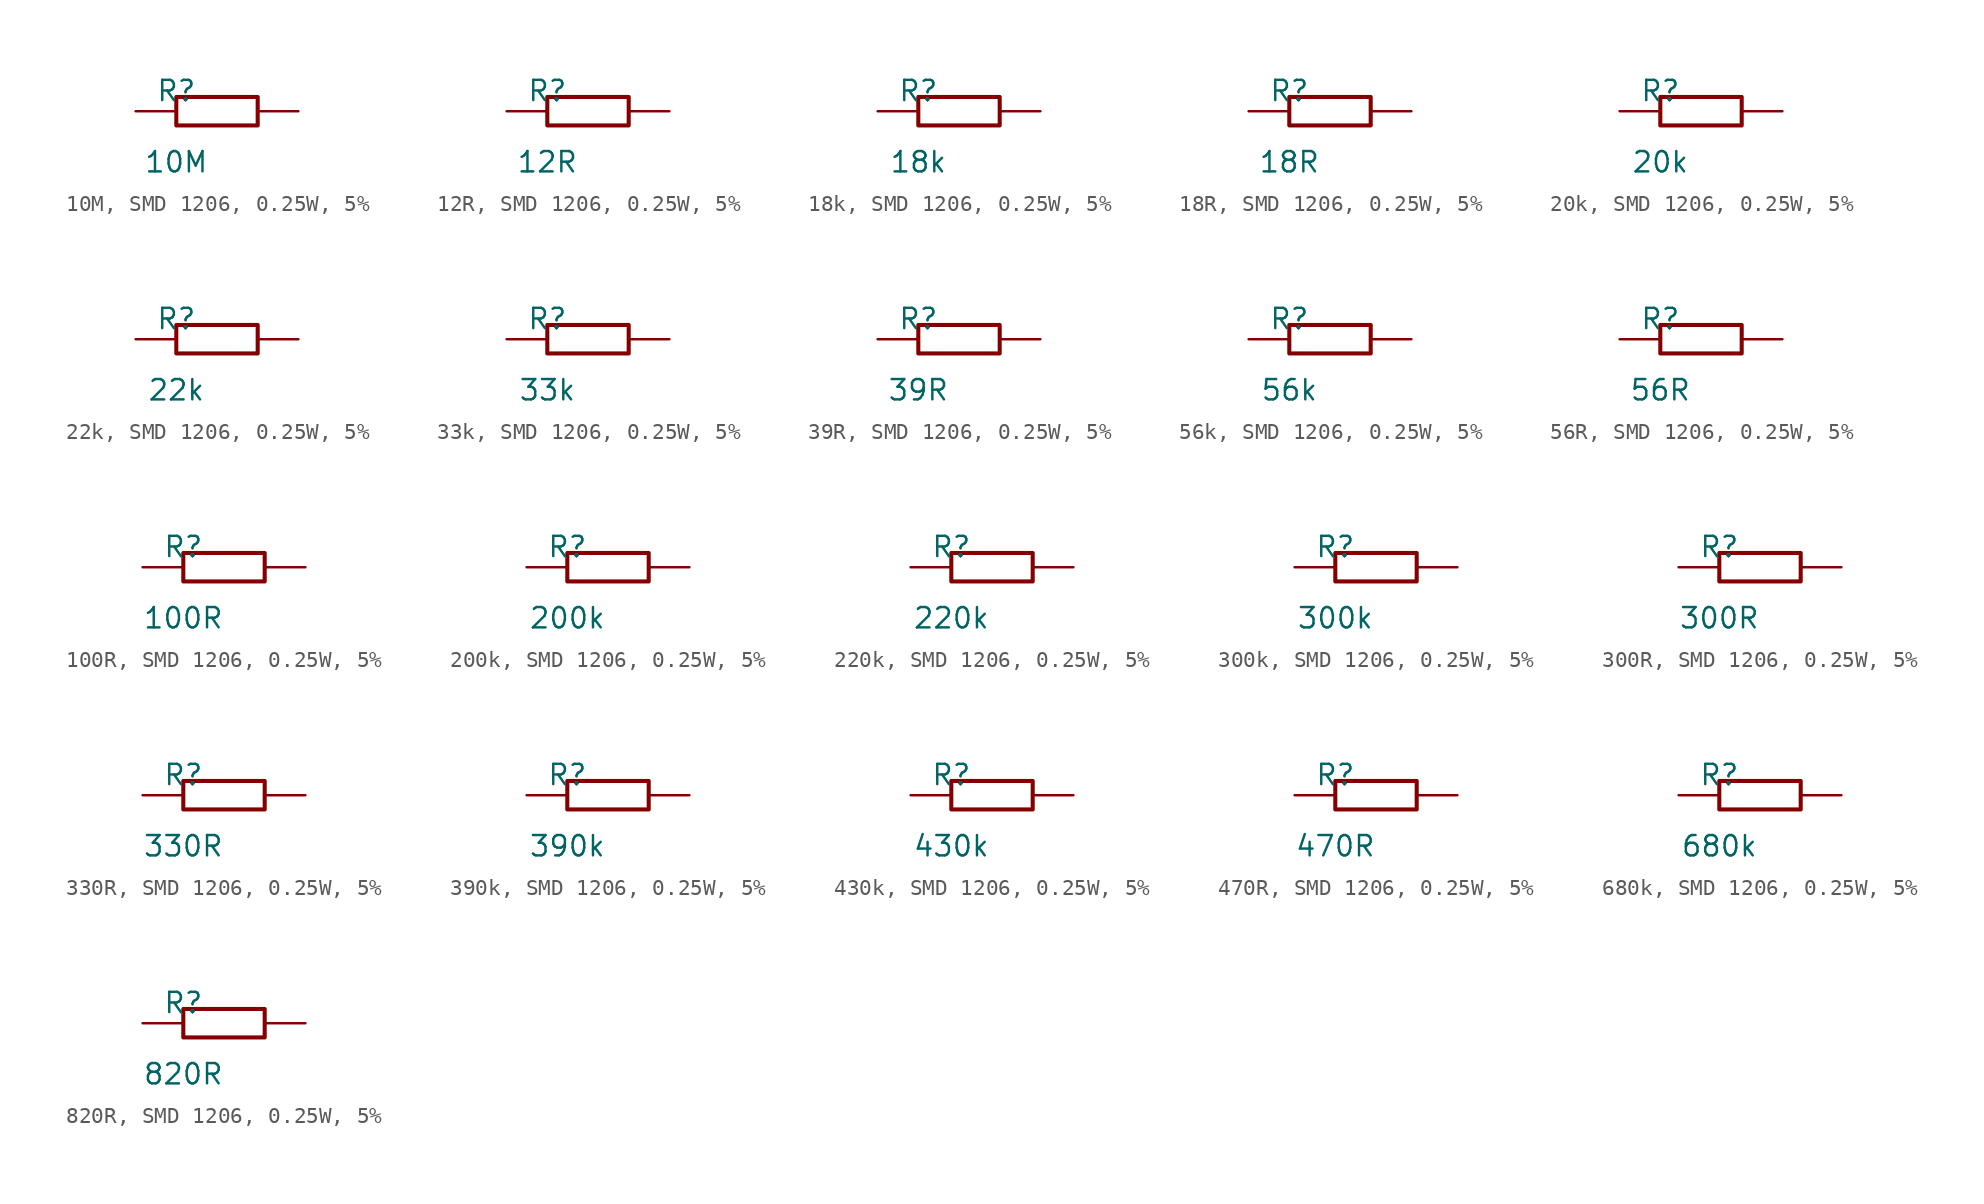
<source format=kicad_sym>
(kicad_symbol_lib
  (version 20220914)
  (generator kicad_symbol_editor)
  (symbol "10M, SMD 1206, 0.25W, 5%"
    (pin_numbers hide)
    (pin_names
      (offset 0) hide)
    (property "Reference" "R"
      (at -2.54 1.27 0)
      (effects (font (size 1.27 1.27))))
    (property "Value" "10M"
      (at -2.54 -3.175 0)
      (effects (font (size 1.27 1.27))))
    (symbol "10M, SMD 1206, 0.25W, 5%_0_1"
      (rectangle (start -2.54 0.889) (end 2.54 -0.889) (stroke (width 0.254) (type default)) (fill (type none))))
    (symbol "10M, SMD 1206, 0.25W, 5%_1_1"
      (pin passive line (at -5.08 0 0) (length 2.54) (name "1" (effects (font (size 1.27 1.27)))) (number "1" (effects (font (size 1.27 1.27)))))
      (pin passive line (at 5.08 0 180) (length 2.54) (name "2" (effects (font (size 1.27 1.27)))) (number "2" (effects (font (size 1.27 1.27)))))))
  (symbol "12R, SMD 1206, 0.25W, 5%"
    (pin_numbers hide)
    (pin_names
      (offset 0) hide)
    (property "Reference" "R"
      (at -2.54 1.27 0)
      (effects (font (size 1.27 1.27))))
    (property "Value" "12R"
      (at -2.54 -3.175 0)
      (effects (font (size 1.27 1.27))))
    (symbol "12R, SMD 1206, 0.25W, 5%_0_1"
      (rectangle (start -2.54 0.889) (end 2.54 -0.889) (stroke (width 0.254) (type default)) (fill (type none))))
    (symbol "12R, SMD 1206, 0.25W, 5%_1_1"
      (pin passive line (at -5.08 0 0) (length 2.54) (name "1" (effects (font (size 1.27 1.27)))) (number "1" (effects (font (size 1.27 1.27)))))
      (pin passive line (at 5.08 0 180) (length 2.54) (name "2" (effects (font (size 1.27 1.27)))) (number "2" (effects (font (size 1.27 1.27)))))))
  (symbol "18k, SMD 1206, 0.25W, 5%"
    (pin_numbers hide)
    (pin_names
      (offset 0) hide)
    (property "Reference" "R"
      (at -2.54 1.27 0)
      (effects (font (size 1.27 1.27))))
    (property "Value" "18k"
      (at -2.54 -3.175 0)
      (effects (font (size 1.27 1.27))))
    (symbol "18k, SMD 1206, 0.25W, 5%_0_1"
      (rectangle (start -2.54 0.889) (end 2.54 -0.889) (stroke (width 0.254) (type default)) (fill (type none))))
    (symbol "18k, SMD 1206, 0.25W, 5%_1_1"
      (pin passive line (at -5.08 0 0) (length 2.54) (name "1" (effects (font (size 1.27 1.27)))) (number "1" (effects (font (size 1.27 1.27)))))
      (pin passive line (at 5.08 0 180) (length 2.54) (name "2" (effects (font (size 1.27 1.27)))) (number "2" (effects (font (size 1.27 1.27)))))))
  (symbol "18R, SMD 1206, 0.25W, 5%"
    (pin_numbers hide)
    (pin_names
      (offset 0) hide)
    (property "Reference" "R"
      (at -2.54 1.27 0)
      (effects (font (size 1.27 1.27))))
    (property "Value" "18R"
      (at -2.54 -3.175 0)
      (effects (font (size 1.27 1.27))))
    (symbol "18R, SMD 1206, 0.25W, 5%_0_1"
      (rectangle (start -2.54 0.889) (end 2.54 -0.889) (stroke (width 0.254) (type default)) (fill (type none))))
    (symbol "18R, SMD 1206, 0.25W, 5%_1_1"
      (pin passive line (at -5.08 0 0) (length 2.54) (name "1" (effects (font (size 1.27 1.27)))) (number "1" (effects (font (size 1.27 1.27)))))
      (pin passive line (at 5.08 0 180) (length 2.54) (name "2" (effects (font (size 1.27 1.27)))) (number "2" (effects (font (size 1.27 1.27)))))))
  (symbol "20k, SMD 1206, 0.25W, 5%"
    (pin_numbers hide)
    (pin_names
      (offset 0) hide)
    (property "Reference" "R"
      (at -2.54 1.27 0)
      (effects (font (size 1.27 1.27))))
    (property "Value" "20k"
      (at -2.54 -3.175 0)
      (effects (font (size 1.27 1.27))))
    (symbol "20k, SMD 1206, 0.25W, 5%_0_1"
      (rectangle (start -2.54 0.889) (end 2.54 -0.889) (stroke (width 0.254) (type default)) (fill (type none))))
    (symbol "20k, SMD 1206, 0.25W, 5%_1_1"
      (pin passive line (at -5.08 0 0) (length 2.54) (name "1" (effects (font (size 1.27 1.27)))) (number "1" (effects (font (size 1.27 1.27)))))
      (pin passive line (at 5.08 0 180) (length 2.54) (name "2" (effects (font (size 1.27 1.27)))) (number "2" (effects (font (size 1.27 1.27)))))))
  (symbol "22k, SMD 1206, 0.25W, 5%"
    (pin_numbers hide)
    (pin_names
      (offset 0) hide)
    (property "Reference" "R"
      (at -2.54 1.27 0)
      (effects (font (size 1.27 1.27))))
    (property "Value" "22k"
      (at -2.54 -3.175 0)
      (effects (font (size 1.27 1.27))))
    (symbol "22k, SMD 1206, 0.25W, 5%_0_1"
      (rectangle (start -2.54 0.889) (end 2.54 -0.889) (stroke (width 0.254) (type default)) (fill (type none))))
    (symbol "22k, SMD 1206, 0.25W, 5%_1_1"
      (pin passive line (at -5.08 0 0) (length 2.54) (name "1" (effects (font (size 1.27 1.27)))) (number "1" (effects (font (size 1.27 1.27)))))
      (pin passive line (at 5.08 0 180) (length 2.54) (name "2" (effects (font (size 1.27 1.27)))) (number "2" (effects (font (size 1.27 1.27)))))))
  (symbol "33k, SMD 1206, 0.25W, 5%"
    (pin_numbers hide)
    (pin_names
      (offset 0) hide)
    (property "Reference" "R"
      (at -2.54 1.27 0)
      (effects (font (size 1.27 1.27))))
    (property "Value" "33k"
      (at -2.54 -3.175 0)
      (effects (font (size 1.27 1.27))))
    (symbol "33k, SMD 1206, 0.25W, 5%_0_1"
      (rectangle (start -2.54 0.889) (end 2.54 -0.889) (stroke (width 0.254) (type default)) (fill (type none))))
    (symbol "33k, SMD 1206, 0.25W, 5%_1_1"
      (pin passive line (at -5.08 0 0) (length 2.54) (name "1" (effects (font (size 1.27 1.27)))) (number "1" (effects (font (size 1.27 1.27)))))
      (pin passive line (at 5.08 0 180) (length 2.54) (name "2" (effects (font (size 1.27 1.27)))) (number "2" (effects (font (size 1.27 1.27)))))))
  (symbol "39R, SMD 1206, 0.25W, 5%"
    (pin_numbers hide)
    (pin_names
      (offset 0) hide)
    (property "Reference" "R"
      (at -2.54 1.27 0)
      (effects (font (size 1.27 1.27))))
    (property "Value" "39R"
      (at -2.54 -3.175 0)
      (effects (font (size 1.27 1.27))))
    (symbol "39R, SMD 1206, 0.25W, 5%_0_1"
      (rectangle (start -2.54 0.889) (end 2.54 -0.889) (stroke (width 0.254) (type default)) (fill (type none))))
    (symbol "39R, SMD 1206, 0.25W, 5%_1_1"
      (pin passive line (at -5.08 0 0) (length 2.54) (name "1" (effects (font (size 1.27 1.27)))) (number "1" (effects (font (size 1.27 1.27)))))
      (pin passive line (at 5.08 0 180) (length 2.54) (name "2" (effects (font (size 1.27 1.27)))) (number "2" (effects (font (size 1.27 1.27)))))))
  (symbol "56k, SMD 1206, 0.25W, 5%"
    (pin_numbers hide)
    (pin_names
      (offset 0) hide)
    (property "Reference" "R"
      (at -2.54 1.27 0)
      (effects (font (size 1.27 1.27))))
    (property "Value" "56k"
      (at -2.54 -3.175 0)
      (effects (font (size 1.27 1.27))))
    (symbol "56k, SMD 1206, 0.25W, 5%_0_1"
      (rectangle (start -2.54 0.889) (end 2.54 -0.889) (stroke (width 0.254) (type default)) (fill (type none))))
    (symbol "56k, SMD 1206, 0.25W, 5%_1_1"
      (pin passive line (at -5.08 0 0) (length 2.54) (name "1" (effects (font (size 1.27 1.27)))) (number "1" (effects (font (size 1.27 1.27)))))
      (pin passive line (at 5.08 0 180) (length 2.54) (name "2" (effects (font (size 1.27 1.27)))) (number "2" (effects (font (size 1.27 1.27)))))))
  (symbol "56R, SMD 1206, 0.25W, 5%"
    (pin_numbers hide)
    (pin_names
      (offset 0) hide)
    (property "Reference" "R"
      (at -2.54 1.27 0)
      (effects (font (size 1.27 1.27))))
    (property "Value" "56R"
      (at -2.54 -3.175 0)
      (effects (font (size 1.27 1.27))))
    (symbol "56R, SMD 1206, 0.25W, 5%_0_1"
      (rectangle (start -2.54 0.889) (end 2.54 -0.889) (stroke (width 0.254) (type default)) (fill (type none))))
    (symbol "56R, SMD 1206, 0.25W, 5%_1_1"
      (pin passive line (at -5.08 0 0) (length 2.54) (name "1" (effects (font (size 1.27 1.27)))) (number "1" (effects (font (size 1.27 1.27)))))
      (pin passive line (at 5.08 0 180) (length 2.54) (name "2" (effects (font (size 1.27 1.27)))) (number "2" (effects (font (size 1.27 1.27)))))))
  (symbol "100R, SMD 1206, 0.25W, 5%"
    (pin_numbers hide)
    (pin_names
      (offset 0) hide)
    (property "Reference" "R"
      (at -2.54 1.27 0)
      (effects (font (size 1.27 1.27))))
    (property "Value" "100R"
      (at -2.54 -3.175 0)
      (effects (font (size 1.27 1.27))))
    (symbol "100R, SMD 1206, 0.25W, 5%_0_1"
      (rectangle (start -2.54 0.889) (end 2.54 -0.889) (stroke (width 0.254) (type default)) (fill (type none))))
    (symbol "100R, SMD 1206, 0.25W, 5%_1_1"
      (pin passive line (at -5.08 0 0) (length 2.54) (name "1" (effects (font (size 1.27 1.27)))) (number "1" (effects (font (size 1.27 1.27)))))
      (pin passive line (at 5.08 0 180) (length 2.54) (name "2" (effects (font (size 1.27 1.27)))) (number "2" (effects (font (size 1.27 1.27)))))))
  (symbol "200k, SMD 1206, 0.25W, 5%"
    (pin_numbers hide)
    (pin_names
      (offset 0) hide)
    (property "Reference" "R"
      (at -2.54 1.27 0)
      (effects (font (size 1.27 1.27))))
    (property "Value" "200k"
      (at -2.54 -3.175 0)
      (effects (font (size 1.27 1.27))))
    (symbol "200k, SMD 1206, 0.25W, 5%_0_1"
      (rectangle (start -2.54 0.889) (end 2.54 -0.889) (stroke (width 0.254) (type default)) (fill (type none))))
    (symbol "200k, SMD 1206, 0.25W, 5%_1_1"
      (pin passive line (at -5.08 0 0) (length 2.54) (name "1" (effects (font (size 1.27 1.27)))) (number "1" (effects (font (size 1.27 1.27)))))
      (pin passive line (at 5.08 0 180) (length 2.54) (name "2" (effects (font (size 1.27 1.27)))) (number "2" (effects (font (size 1.27 1.27)))))))
  (symbol "220k, SMD 1206, 0.25W, 5%"
    (pin_numbers hide)
    (pin_names
      (offset 0) hide)
    (property "Reference" "R"
      (at -2.54 1.27 0)
      (effects (font (size 1.27 1.27))))
    (property "Value" "220k"
      (at -2.54 -3.175 0)
      (effects (font (size 1.27 1.27))))
    (symbol "220k, SMD 1206, 0.25W, 5%_0_1"
      (rectangle (start -2.54 0.889) (end 2.54 -0.889) (stroke (width 0.254) (type default)) (fill (type none))))
    (symbol "220k, SMD 1206, 0.25W, 5%_1_1"
      (pin passive line (at -5.08 0 0) (length 2.54) (name "1" (effects (font (size 1.27 1.27)))) (number "1" (effects (font (size 1.27 1.27)))))
      (pin passive line (at 5.08 0 180) (length 2.54) (name "2" (effects (font (size 1.27 1.27)))) (number "2" (effects (font (size 1.27 1.27)))))))
  (symbol "300k, SMD 1206, 0.25W, 5%"
    (pin_numbers hide)
    (pin_names
      (offset 0) hide)
    (property "Reference" "R"
      (at -2.54 1.27 0)
      (effects (font (size 1.27 1.27))))
    (property "Value" "300k"
      (at -2.54 -3.175 0)
      (effects (font (size 1.27 1.27))))
    (symbol "300k, SMD 1206, 0.25W, 5%_0_1"
      (rectangle (start -2.54 0.889) (end 2.54 -0.889) (stroke (width 0.254) (type default)) (fill (type none))))
    (symbol "300k, SMD 1206, 0.25W, 5%_1_1"
      (pin passive line (at -5.08 0 0) (length 2.54) (name "1" (effects (font (size 1.27 1.27)))) (number "1" (effects (font (size 1.27 1.27)))))
      (pin passive line (at 5.08 0 180) (length 2.54) (name "2" (effects (font (size 1.27 1.27)))) (number "2" (effects (font (size 1.27 1.27)))))))
  (symbol "300R, SMD 1206, 0.25W, 5%"
    (pin_numbers hide)
    (pin_names
      (offset 0) hide)
    (property "Reference" "R"
      (at -2.54 1.27 0)
      (effects (font (size 1.27 1.27))))
    (property "Value" "300R"
      (at -2.54 -3.175 0)
      (effects (font (size 1.27 1.27))))
    (symbol "300R, SMD 1206, 0.25W, 5%_0_1"
      (rectangle (start -2.54 0.889) (end 2.54 -0.889) (stroke (width 0.254) (type default)) (fill (type none))))
    (symbol "300R, SMD 1206, 0.25W, 5%_1_1"
      (pin passive line (at -5.08 0 0) (length 2.54) (name "1" (effects (font (size 1.27 1.27)))) (number "1" (effects (font (size 1.27 1.27)))))
      (pin passive line (at 5.08 0 180) (length 2.54) (name "2" (effects (font (size 1.27 1.27)))) (number "2" (effects (font (size 1.27 1.27)))))))
  (symbol "330R, SMD 1206, 0.25W, 5%"
    (pin_numbers hide)
    (pin_names
      (offset 0) hide)
    (property "Reference" "R"
      (at -2.54 1.27 0)
      (effects (font (size 1.27 1.27))))
    (property "Value" "330R"
      (at -2.54 -3.175 0)
      (effects (font (size 1.27 1.27))))
    (symbol "330R, SMD 1206, 0.25W, 5%_0_1"
      (rectangle (start -2.54 0.889) (end 2.54 -0.889) (stroke (width 0.254) (type default)) (fill (type none))))
    (symbol "330R, SMD 1206, 0.25W, 5%_1_1"
      (pin passive line (at -5.08 0 0) (length 2.54) (name "1" (effects (font (size 1.27 1.27)))) (number "1" (effects (font (size 1.27 1.27)))))
      (pin passive line (at 5.08 0 180) (length 2.54) (name "2" (effects (font (size 1.27 1.27)))) (number "2" (effects (font (size 1.27 1.27)))))))
  (symbol "390k, SMD 1206, 0.25W, 5%"
    (pin_numbers hide)
    (pin_names
      (offset 0) hide)
    (property "Reference" "R"
      (at -2.54 1.27 0)
      (effects (font (size 1.27 1.27))))
    (property "Value" "390k"
      (at -2.54 -3.175 0)
      (effects (font (size 1.27 1.27))))
    (symbol "390k, SMD 1206, 0.25W, 5%_0_1"
      (rectangle (start -2.54 0.889) (end 2.54 -0.889) (stroke (width 0.254) (type default)) (fill (type none))))
    (symbol "390k, SMD 1206, 0.25W, 5%_1_1"
      (pin passive line (at -5.08 0 0) (length 2.54) (name "1" (effects (font (size 1.27 1.27)))) (number "1" (effects (font (size 1.27 1.27)))))
      (pin passive line (at 5.08 0 180) (length 2.54) (name "2" (effects (font (size 1.27 1.27)))) (number "2" (effects (font (size 1.27 1.27)))))))
  (symbol "430k, SMD 1206, 0.25W, 5%"
    (pin_numbers hide)
    (pin_names
      (offset 0) hide)
    (property "Reference" "R"
      (at -2.54 1.27 0)
      (effects (font (size 1.27 1.27))))
    (property "Value" "430k"
      (at -2.54 -3.175 0)
      (effects (font (size 1.27 1.27))))
    (symbol "430k, SMD 1206, 0.25W, 5%_0_1"
      (rectangle (start -2.54 0.889) (end 2.54 -0.889) (stroke (width 0.254) (type default)) (fill (type none))))
    (symbol "430k, SMD 1206, 0.25W, 5%_1_1"
      (pin passive line (at -5.08 0 0) (length 2.54) (name "1" (effects (font (size 1.27 1.27)))) (number "1" (effects (font (size 1.27 1.27)))))
      (pin passive line (at 5.08 0 180) (length 2.54) (name "2" (effects (font (size 1.27 1.27)))) (number "2" (effects (font (size 1.27 1.27)))))))
  (symbol "470R, SMD 1206, 0.25W, 5%"
    (pin_numbers hide)
    (pin_names
      (offset 0) hide)
    (property "Reference" "R"
      (at -2.54 1.27 0)
      (effects (font (size 1.27 1.27))))
    (property "Value" "470R"
      (at -2.54 -3.175 0)
      (effects (font (size 1.27 1.27))))
    (symbol "470R, SMD 1206, 0.25W, 5%_0_1"
      (rectangle (start -2.54 0.889) (end 2.54 -0.889) (stroke (width 0.254) (type default)) (fill (type none))))
    (symbol "470R, SMD 1206, 0.25W, 5%_1_1"
      (pin passive line (at -5.08 0 0) (length 2.54) (name "1" (effects (font (size 1.27 1.27)))) (number "1" (effects (font (size 1.27 1.27)))))
      (pin passive line (at 5.08 0 180) (length 2.54) (name "2" (effects (font (size 1.27 1.27)))) (number "2" (effects (font (size 1.27 1.27)))))))
  (symbol "680k, SMD 1206, 0.25W, 5%"
    (pin_numbers hide)
    (pin_names
      (offset 0) hide)
    (property "Reference" "R"
      (at -2.54 1.27 0)
      (effects (font (size 1.27 1.27))))
    (property "Value" "680k"
      (at -2.54 -3.175 0)
      (effects (font (size 1.27 1.27))))
    (symbol "680k, SMD 1206, 0.25W, 5%_0_1"
      (rectangle (start -2.54 0.889) (end 2.54 -0.889) (stroke (width 0.254) (type default)) (fill (type none))))
    (symbol "680k, SMD 1206, 0.25W, 5%_1_1"
      (pin passive line (at -5.08 0 0) (length 2.54) (name "1" (effects (font (size 1.27 1.27)))) (number "1" (effects (font (size 1.27 1.27)))))
      (pin passive line (at 5.08 0 180) (length 2.54) (name "2" (effects (font (size 1.27 1.27)))) (number "2" (effects (font (size 1.27 1.27)))))))
  (symbol "820R, SMD 1206, 0.25W, 5%"
    (pin_numbers hide)
    (pin_names
      (offset 0) hide)
    (property "Reference" "R"
      (at -2.54 1.27 0)
      (effects (font (size 1.27 1.27))))
    (property "Value" "820R"
      (at -2.54 -3.175 0)
      (effects (font (size 1.27 1.27))))
    (symbol "820R, SMD 1206, 0.25W, 5%_0_1"
      (rectangle (start -2.54 0.889) (end 2.54 -0.889) (stroke (width 0.254) (type default)) (fill (type none))))
    (symbol "820R, SMD 1206, 0.25W, 5%_1_1"
      (pin passive line (at -5.08 0 0) (length 2.54) (name "1" (effects (font (size 1.27 1.27)))) (number "1" (effects (font (size 1.27 1.27)))))
      (pin passive line (at 5.08 0 180) (length 2.54) (name "2" (effects (font (size 1.27 1.27)))) (number "2" (effects (font (size 1.27 1.27))))))))
</source>
